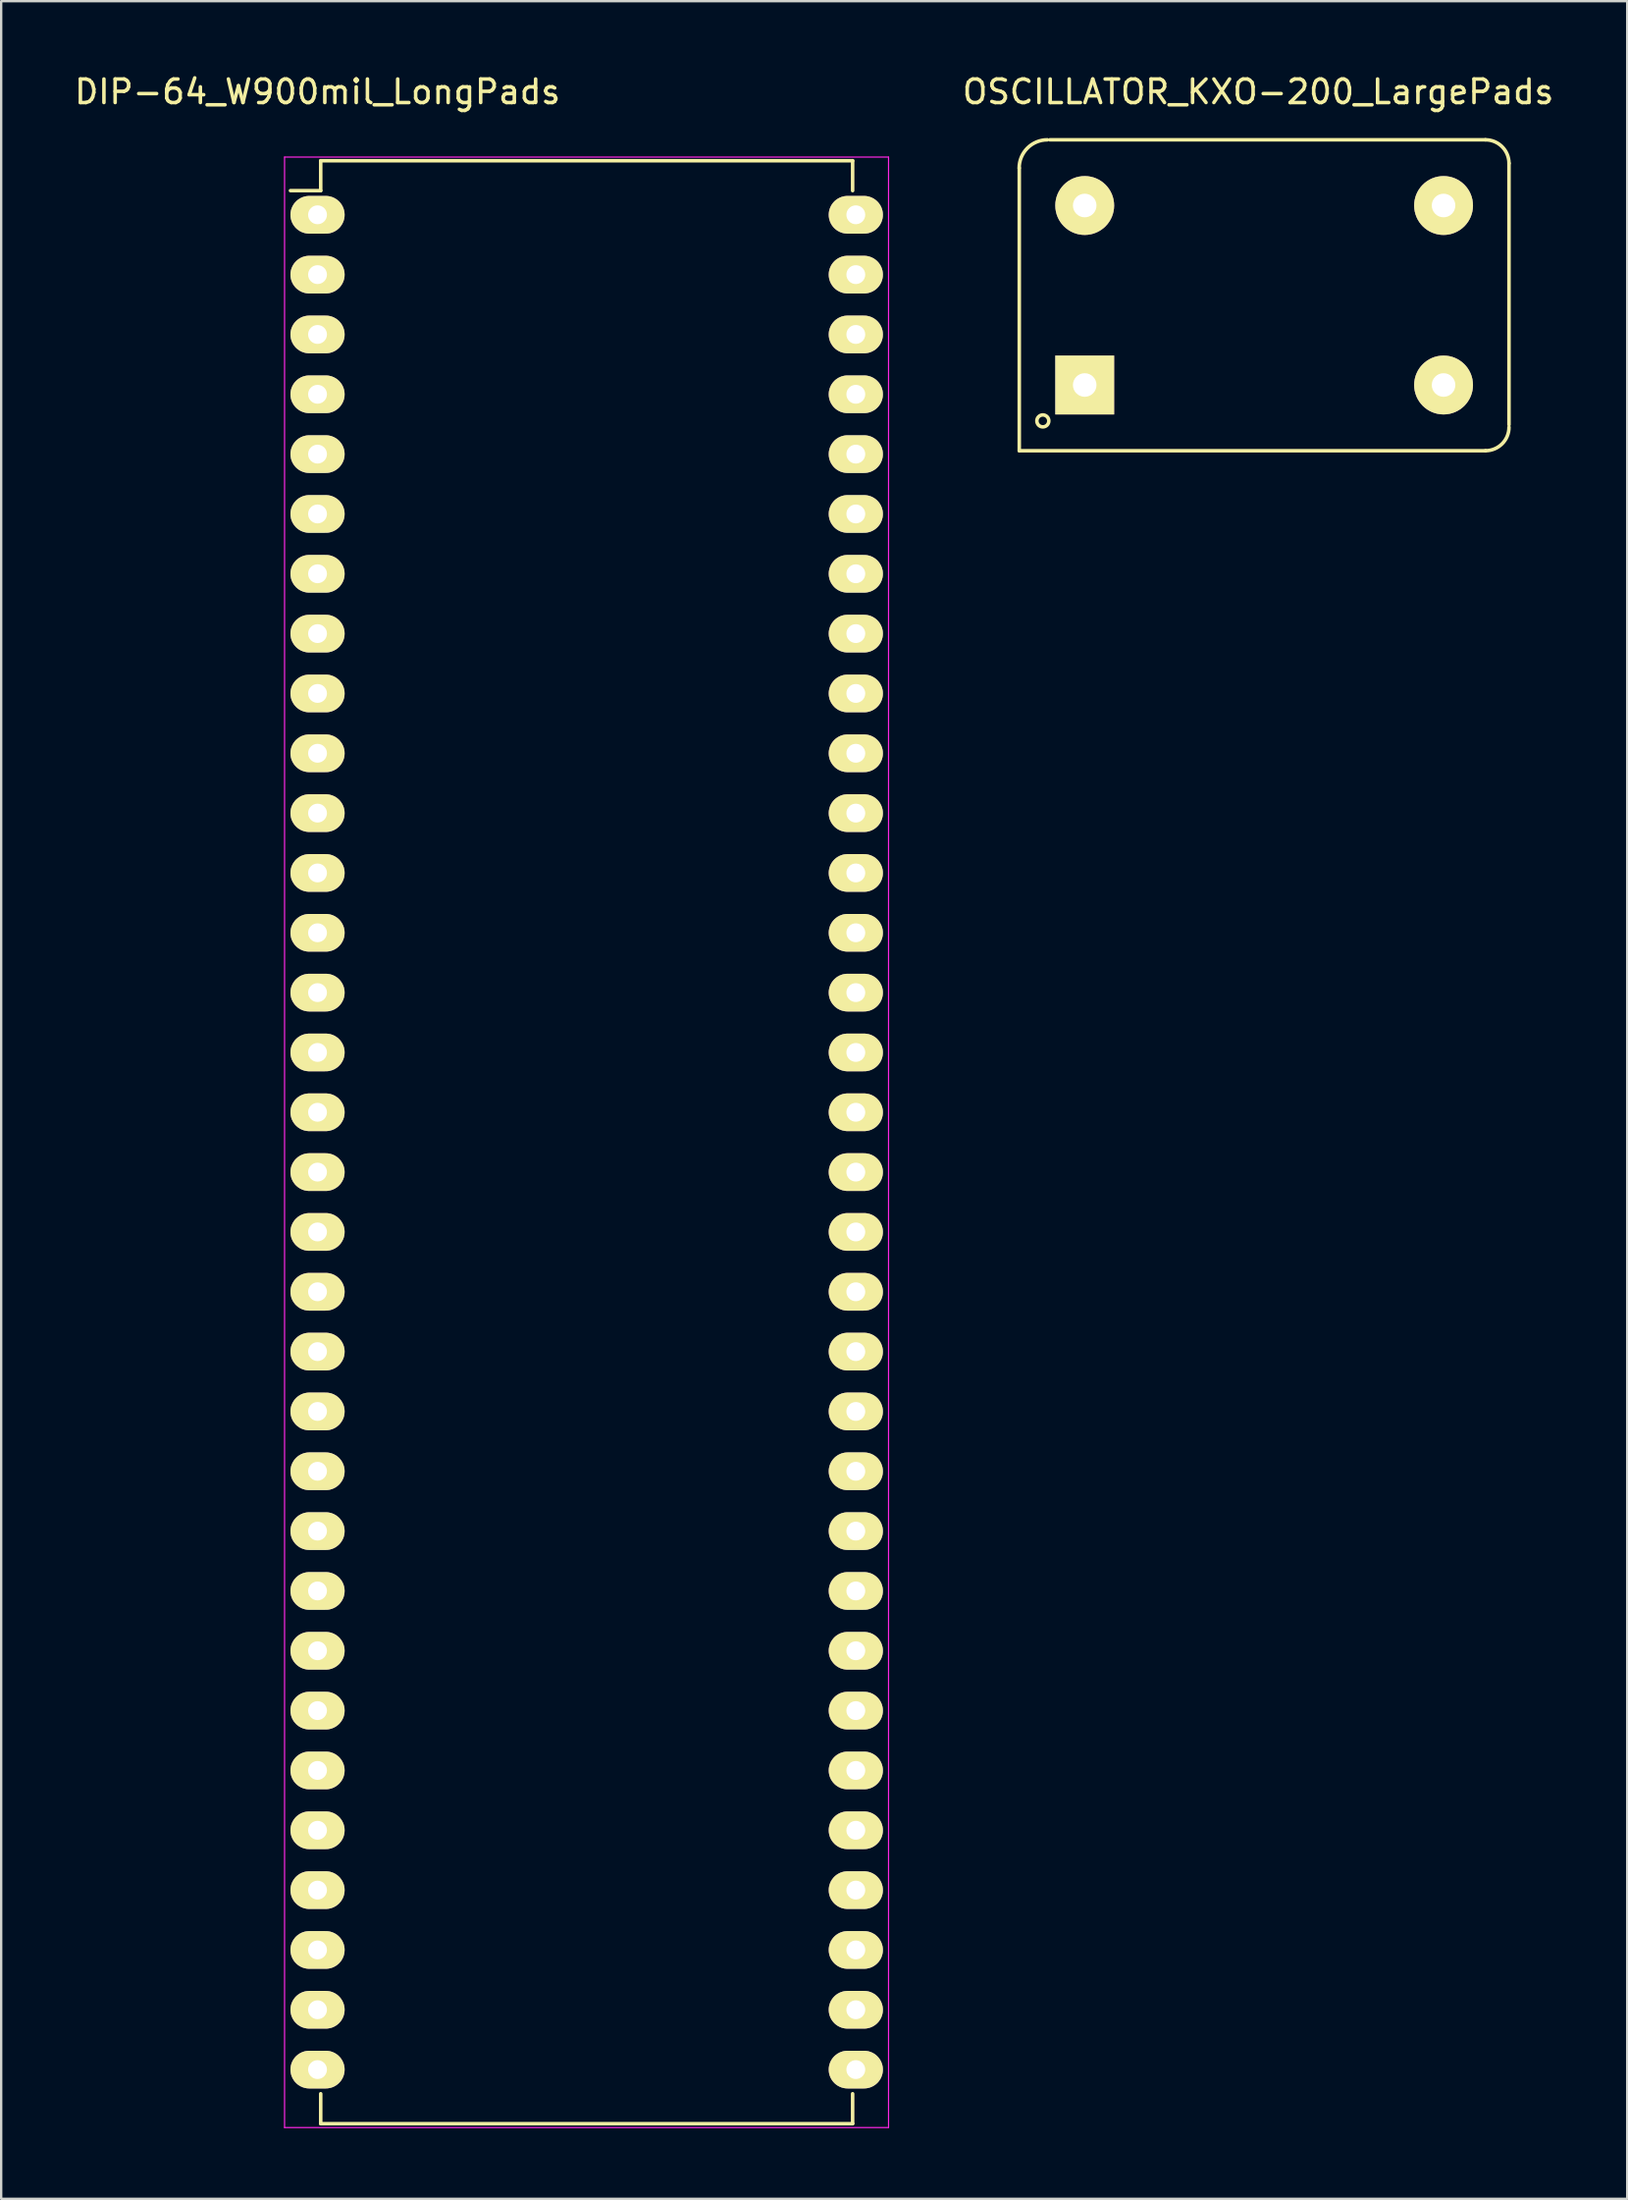
<source format=kicad_pcb>
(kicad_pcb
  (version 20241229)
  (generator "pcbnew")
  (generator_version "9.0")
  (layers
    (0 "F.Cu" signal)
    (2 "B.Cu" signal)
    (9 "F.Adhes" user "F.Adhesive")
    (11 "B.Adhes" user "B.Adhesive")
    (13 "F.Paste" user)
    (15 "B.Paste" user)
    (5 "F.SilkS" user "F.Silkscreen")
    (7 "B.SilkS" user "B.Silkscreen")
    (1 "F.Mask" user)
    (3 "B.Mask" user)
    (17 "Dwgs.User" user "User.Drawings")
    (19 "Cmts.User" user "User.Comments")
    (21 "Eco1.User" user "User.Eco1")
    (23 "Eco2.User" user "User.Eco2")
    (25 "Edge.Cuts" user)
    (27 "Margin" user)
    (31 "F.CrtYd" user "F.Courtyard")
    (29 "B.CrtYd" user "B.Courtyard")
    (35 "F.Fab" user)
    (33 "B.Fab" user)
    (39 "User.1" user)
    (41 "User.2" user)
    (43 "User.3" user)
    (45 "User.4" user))
  (footprint "OSCILLATOR_KXO-200_LargePads"
    (layer "F.Cu")
    (at 50.636 9.484)
    (property "Reference" "OSCILLATOR_KXO-200_LargePads" (at -0.254 -8.636 0) (layer "F.SilkS") (effects (font (size 1 1) (thickness 0.15))))
    (attr through_hole)
    (fp_line (start -10.399 -5.4) (end -10.399 6.599) (stroke (width 0.15) (type solid)) (layer "F.SilkS"))
    (fp_line (start -9.101 -6.599) (end 9.401 -6.599) (stroke (width 0.15) (type solid)) (layer "F.SilkS"))
    (fp_line (start 9.401 6.599) (end -10.399 6.599) (stroke (width 0.15) (type solid)) (layer "F.SilkS"))
    (fp_line (start 10.399 -5.601) (end 10.399 5.499) (stroke (width 0.15) (type solid)) (layer "F.SilkS"))
    (fp_arc (start -10.40384 -5.40004) (mid -10.052696 -6.247776) (end -9.20496 -6.59892) (stroke (width 0.15) (type solid)) (layer "F.SilkS"))
    (fp_arc (start 9.40054 -6.59892) (mid 10.106388 -6.306548) (end 10.39876 -5.6007) (stroke (width 0.15) (type solid)) (layer "F.SilkS"))
    (fp_arc (start 10.39876 5.6007) (mid 10.106388 6.306548) (end 9.40054 6.59892) (stroke (width 0.15) (type solid)) (layer "F.SilkS"))
    (fp_circle (center -9.398 5.334) (end -9.398 5.588) (stroke (width 0.15) (type solid)) (fill no) (layer "F.SilkS"))
    (pad "1" thru_hole rect (at -7.62 3.81) (size 2.499 2.499) (drill 1.001) (layers "*.Cu" "*.Mask" "F.SilkS"))
    (pad "7" thru_hole circle (at 7.62 3.81) (size 2.499 2.499) (drill 1.001) (layers "*.Cu" "*.Mask" "F.SilkS"))
    (pad "8" thru_hole circle (at 7.62 -3.81) (size 2.499 2.499) (drill 1.001) (layers "*.Cu" "*.Mask" "F.SilkS"))
    (pad "14" thru_hole circle (at -7.62 -3.81) (size 2.499 2.499) (drill 1.001) (layers "*.Cu" "*.Mask" "F.SilkS")))
  (footprint "DIP-64_W900mil_LongPads"
    (layer "F.Cu")
    (at 10.435 6.068)
    (property "Reference" "DIP-64_W900mil_LongPads" (at 0 -5.22 0) (layer "F.SilkS") (effects (font (size 1 1) (thickness 0.15))))
    (attr through_hole)
    (fp_line (start 0.135 -2.295) (end 0.135 -1.025) (stroke (width 0.15) (type solid)) (layer "F.SilkS"))
    (fp_line (start 0.135 -2.295) (end 22.725 -2.295) (stroke (width 0.15) (type solid)) (layer "F.SilkS"))
    (fp_line (start 0.135 -1.025) (end -1.15 -1.025) (stroke (width 0.15) (type solid)) (layer "F.SilkS"))
    (fp_line (start 0.135 81.035) (end 0.135 79.765) (stroke (width 0.15) (type solid)) (layer "F.SilkS"))
    (fp_line (start 0.135 81.035) (end 22.725 81.035) (stroke (width 0.15) (type solid)) (layer "F.SilkS"))
    (fp_line (start 22.725 -2.295) (end 22.725 -1.025) (stroke (width 0.15) (type solid)) (layer "F.SilkS"))
    (fp_line (start 22.725 81.035) (end 22.725 79.765) (stroke (width 0.15) (type solid)) (layer "F.SilkS"))
    (fp_line (start -1.4 -2.45) (end -1.4 81.2) (stroke (width 0.05) (type solid)) (layer "F.CrtYd"))
    (fp_line (start -1.4 -2.45) (end 24.25 -2.45) (stroke (width 0.05) (type solid)) (layer "F.CrtYd"))
    (fp_line (start -1.4 81.2) (end 24.25 81.2) (stroke (width 0.05) (type solid)) (layer "F.CrtYd"))
    (fp_line (start 24.25 -2.45) (end 24.25 81.2) (stroke (width 0.05) (type solid)) (layer "F.CrtYd"))
    (pad "1" thru_hole oval (at 0 0) (size 2.3 1.6) (drill 0.8) (layers "*.Cu" "*.Mask" "F.SilkS"))
    (pad "2" thru_hole oval (at 0 2.54) (size 2.3 1.6) (drill 0.8) (layers "*.Cu" "*.Mask" "F.SilkS"))
    (pad "3" thru_hole oval (at 0 5.08) (size 2.3 1.6) (drill 0.8) (layers "*.Cu" "*.Mask" "F.SilkS"))
    (pad "4" thru_hole oval (at 0 7.62) (size 2.3 1.6) (drill 0.8) (layers "*.Cu" "*.Mask" "F.SilkS"))
    (pad "5" thru_hole oval (at 0 10.16) (size 2.3 1.6) (drill 0.8) (layers "*.Cu" "*.Mask" "F.SilkS"))
    (pad "6" thru_hole oval (at 0 12.7) (size 2.3 1.6) (drill 0.8) (layers "*.Cu" "*.Mask" "F.SilkS"))
    (pad "7" thru_hole oval (at 0 15.24) (size 2.3 1.6) (drill 0.8) (layers "*.Cu" "*.Mask" "F.SilkS"))
    (pad "8" thru_hole oval (at 0 17.78) (size 2.3 1.6) (drill 0.8) (layers "*.Cu" "*.Mask" "F.SilkS"))
    (pad "9" thru_hole oval (at 0 20.32) (size 2.3 1.6) (drill 0.8) (layers "*.Cu" "*.Mask" "F.SilkS"))
    (pad "10" thru_hole oval (at 0 22.86) (size 2.3 1.6) (drill 0.8) (layers "*.Cu" "*.Mask" "F.SilkS"))
    (pad "11" thru_hole oval (at 0 25.4) (size 2.3 1.6) (drill 0.8) (layers "*.Cu" "*.Mask" "F.SilkS"))
    (pad "12" thru_hole oval (at 0 27.94) (size 2.3 1.6) (drill 0.8) (layers "*.Cu" "*.Mask" "F.SilkS"))
    (pad "13" thru_hole oval (at 0 30.48) (size 2.3 1.6) (drill 0.8) (layers "*.Cu" "*.Mask" "F.SilkS"))
    (pad "14" thru_hole oval (at 0 33.02) (size 2.3 1.6) (drill 0.8) (layers "*.Cu" "*.Mask" "F.SilkS"))
    (pad "15" thru_hole oval (at 0 35.56) (size 2.3 1.6) (drill 0.8) (layers "*.Cu" "*.Mask" "F.SilkS"))
    (pad "16" thru_hole oval (at 0 38.1) (size 2.3 1.6) (drill 0.8) (layers "*.Cu" "*.Mask" "F.SilkS"))
    (pad "17" thru_hole oval (at 0 40.64) (size 2.3 1.6) (drill 0.8) (layers "*.Cu" "*.Mask" "F.SilkS"))
    (pad "18" thru_hole oval (at 0 43.18) (size 2.3 1.6) (drill 0.8) (layers "*.Cu" "*.Mask" "F.SilkS"))
    (pad "19" thru_hole oval (at 0 45.72) (size 2.3 1.6) (drill 0.8) (layers "*.Cu" "*.Mask" "F.SilkS"))
    (pad "20" thru_hole oval (at 0 48.26) (size 2.3 1.6) (drill 0.8) (layers "*.Cu" "*.Mask" "F.SilkS"))
    (pad "21" thru_hole oval (at 0 50.8) (size 2.3 1.6) (drill 0.8) (layers "*.Cu" "*.Mask" "F.SilkS"))
    (pad "22" thru_hole oval (at 0 53.34) (size 2.3 1.6) (drill 0.8) (layers "*.Cu" "*.Mask" "F.SilkS"))
    (pad "23" thru_hole oval (at 0 55.88) (size 2.3 1.6) (drill 0.8) (layers "*.Cu" "*.Mask" "F.SilkS"))
    (pad "24" thru_hole oval (at 0 58.42) (size 2.3 1.6) (drill 0.8) (layers "*.Cu" "*.Mask" "F.SilkS"))
    (pad "25" thru_hole oval (at 0 60.96) (size 2.3 1.6) (drill 0.8) (layers "*.Cu" "*.Mask" "F.SilkS"))
    (pad "26" thru_hole oval (at 0 63.5) (size 2.3 1.6) (drill 0.8) (layers "*.Cu" "*.Mask" "F.SilkS"))
    (pad "27" thru_hole oval (at 0 66.04) (size 2.3 1.6) (drill 0.8) (layers "*.Cu" "*.Mask" "F.SilkS"))
    (pad "28" thru_hole oval (at 0 68.58) (size 2.3 1.6) (drill 0.8) (layers "*.Cu" "*.Mask" "F.SilkS"))
    (pad "29" thru_hole oval (at 0 71.12) (size 2.3 1.6) (drill 0.8) (layers "*.Cu" "*.Mask" "F.SilkS"))
    (pad "30" thru_hole oval (at 0 73.66) (size 2.3 1.6) (drill 0.8) (layers "*.Cu" "*.Mask" "F.SilkS"))
    (pad "31" thru_hole oval (at 0 76.2) (size 2.3 1.6) (drill 0.8) (layers "*.Cu" "*.Mask" "F.SilkS"))
    (pad "32" thru_hole oval (at 0 78.74) (size 2.3 1.6) (drill 0.8) (layers "*.Cu" "*.Mask" "F.SilkS"))
    (pad "33" thru_hole oval (at 22.86 78.74) (size 2.3 1.6) (drill 0.8) (layers "*.Cu" "*.Mask" "F.SilkS"))
    (pad "34" thru_hole oval (at 22.86 76.2) (size 2.3 1.6) (drill 0.8) (layers "*.Cu" "*.Mask" "F.SilkS"))
    (pad "35" thru_hole oval (at 22.86 73.66) (size 2.3 1.6) (drill 0.8) (layers "*.Cu" "*.Mask" "F.SilkS"))
    (pad "36" thru_hole oval (at 22.86 71.12) (size 2.3 1.6) (drill 0.8) (layers "*.Cu" "*.Mask" "F.SilkS"))
    (pad "37" thru_hole oval (at 22.86 68.58) (size 2.3 1.6) (drill 0.8) (layers "*.Cu" "*.Mask" "F.SilkS"))
    (pad "38" thru_hole oval (at 22.86 66.04) (size 2.3 1.6) (drill 0.8) (layers "*.Cu" "*.Mask" "F.SilkS"))
    (pad "39" thru_hole oval (at 22.86 63.5) (size 2.3 1.6) (drill 0.8) (layers "*.Cu" "*.Mask" "F.SilkS"))
    (pad "40" thru_hole oval (at 22.86 60.96) (size 2.3 1.6) (drill 0.8) (layers "*.Cu" "*.Mask" "F.SilkS"))
    (pad "41" thru_hole oval (at 22.86 58.42) (size 2.3 1.6) (drill 0.8) (layers "*.Cu" "*.Mask" "F.SilkS"))
    (pad "42" thru_hole oval (at 22.86 55.88) (size 2.3 1.6) (drill 0.8) (layers "*.Cu" "*.Mask" "F.SilkS"))
    (pad "43" thru_hole oval (at 22.86 53.34) (size 2.3 1.6) (drill 0.8) (layers "*.Cu" "*.Mask" "F.SilkS"))
    (pad "44" thru_hole oval (at 22.86 50.8) (size 2.3 1.6) (drill 0.8) (layers "*.Cu" "*.Mask" "F.SilkS"))
    (pad "45" thru_hole oval (at 22.86 48.26) (size 2.3 1.6) (drill 0.8) (layers "*.Cu" "*.Mask" "F.SilkS"))
    (pad "46" thru_hole oval (at 22.86 45.72) (size 2.3 1.6) (drill 0.8) (layers "*.Cu" "*.Mask" "F.SilkS"))
    (pad "47" thru_hole oval (at 22.86 43.18) (size 2.3 1.6) (drill 0.8) (layers "*.Cu" "*.Mask" "F.SilkS"))
    (pad "48" thru_hole oval (at 22.86 40.64) (size 2.3 1.6) (drill 0.8) (layers "*.Cu" "*.Mask" "F.SilkS"))
    (pad "49" thru_hole oval (at 22.86 38.1) (size 2.3 1.6) (drill 0.8) (layers "*.Cu" "*.Mask" "F.SilkS"))
    (pad "50" thru_hole oval (at 22.86 35.56) (size 2.3 1.6) (drill 0.8) (layers "*.Cu" "*.Mask" "F.SilkS"))
    (pad "51" thru_hole oval (at 22.86 33.02) (size 2.3 1.6) (drill 0.8) (layers "*.Cu" "*.Mask" "F.SilkS"))
    (pad "52" thru_hole oval (at 22.86 30.48) (size 2.3 1.6) (drill 0.8) (layers "*.Cu" "*.Mask" "F.SilkS"))
    (pad "53" thru_hole oval (at 22.86 27.94) (size 2.3 1.6) (drill 0.8) (layers "*.Cu" "*.Mask" "F.SilkS"))
    (pad "54" thru_hole oval (at 22.86 25.4) (size 2.3 1.6) (drill 0.8) (layers "*.Cu" "*.Mask" "F.SilkS"))
    (pad "55" thru_hole oval (at 22.86 22.86) (size 2.3 1.6) (drill 0.8) (layers "*.Cu" "*.Mask" "F.SilkS"))
    (pad "56" thru_hole oval (at 22.86 20.32) (size 2.3 1.6) (drill 0.8) (layers "*.Cu" "*.Mask" "F.SilkS"))
    (pad "57" thru_hole oval (at 22.86 17.78) (size 2.3 1.6) (drill 0.8) (layers "*.Cu" "*.Mask" "F.SilkS"))
    (pad "58" thru_hole oval (at 22.86 15.24) (size 2.3 1.6) (drill 0.8) (layers "*.Cu" "*.Mask" "F.SilkS"))
    (pad "59" thru_hole oval (at 22.86 12.7) (size 2.3 1.6) (drill 0.8) (layers "*.Cu" "*.Mask" "F.SilkS"))
    (pad "60" thru_hole oval (at 22.86 10.16) (size 2.3 1.6) (drill 0.8) (layers "*.Cu" "*.Mask" "F.SilkS"))
    (pad "61" thru_hole oval (at 22.86 7.62) (size 2.3 1.6) (drill 0.8) (layers "*.Cu" "*.Mask" "F.SilkS"))
    (pad "62" thru_hole oval (at 22.86 5.08) (size 2.3 1.6) (drill 0.8) (layers "*.Cu" "*.Mask" "F.SilkS"))
    (pad "63" thru_hole oval (at 22.86 2.54) (size 2.3 1.6) (drill 0.8) (layers "*.Cu" "*.Mask" "F.SilkS"))
    (pad "64" thru_hole oval (at 22.86 0) (size 2.3 1.6) (drill 0.8) (layers "*.Cu" "*.Mask" "F.SilkS")))
  (gr_rect
    (start -3 -3)
    (end 66.055 90.293)
    (stroke (width 0.1) (type default))
    (fill no)
    (layer "Edge.Cuts")))
</source>
